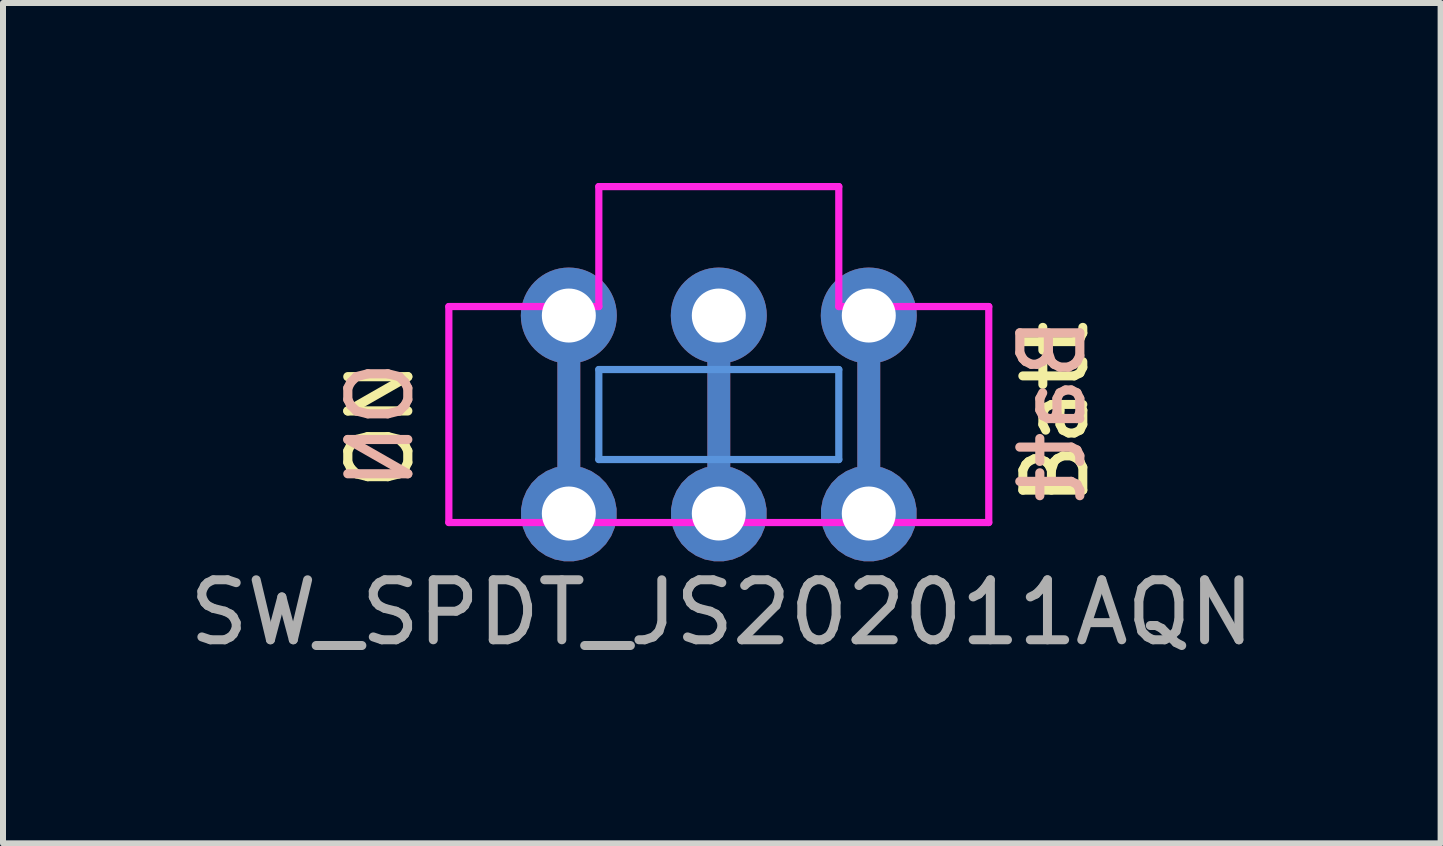
<source format=kicad_pcb>
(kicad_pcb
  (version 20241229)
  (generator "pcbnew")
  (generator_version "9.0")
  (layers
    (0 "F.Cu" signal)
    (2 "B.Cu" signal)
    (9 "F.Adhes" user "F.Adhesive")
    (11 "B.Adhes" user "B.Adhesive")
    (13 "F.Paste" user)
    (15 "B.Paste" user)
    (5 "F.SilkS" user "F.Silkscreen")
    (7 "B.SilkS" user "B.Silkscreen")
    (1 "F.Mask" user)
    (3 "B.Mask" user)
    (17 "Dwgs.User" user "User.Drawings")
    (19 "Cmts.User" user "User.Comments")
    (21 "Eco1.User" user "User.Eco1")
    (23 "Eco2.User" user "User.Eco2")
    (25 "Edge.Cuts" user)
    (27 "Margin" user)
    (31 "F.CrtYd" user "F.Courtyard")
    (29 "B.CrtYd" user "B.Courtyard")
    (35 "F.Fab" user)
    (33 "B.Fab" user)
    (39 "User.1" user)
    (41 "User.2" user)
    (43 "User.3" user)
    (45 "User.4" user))
  (footprint "SW_SPDT_JS202011AQN"
    (layer "F.Cu")
    (at 8.932 3.86)
    (property "Reference" "SW_SPDT_JS202011AQN" (at 0.05 3.3 0) (layer "F.Fab") (effects (font (size 1 1) (thickness 0.15))))
    (attr through_hole)
    (fp_line (start -2 -0.75) (end -2 0.75) (stroke (width 0.12) (type solid)) (layer "Cmts.User"))
    (fp_line (start -2 0.75) (end 2 0.75) (stroke (width 0.12) (type solid)) (layer "Cmts.User"))
    (fp_line (start 2 -0.75) (end -2 -0.75) (stroke (width 0.12) (type solid)) (layer "Cmts.User"))
    (fp_line (start 2 0.75) (end 2 -0.75) (stroke (width 0.12) (type solid)) (layer "Cmts.User"))
    (fp_line (start -4.5 -1.8) (end -2 -1.8) (stroke (width 0.12) (type solid)) (layer "F.CrtYd"))
    (fp_line (start -4.5 1.8) (end -4.5 -1.8) (stroke (width 0.12) (type solid)) (layer "F.CrtYd"))
    (fp_line (start -2 -3.8) (end 2 -3.8) (stroke (width 0.12) (type solid)) (layer "F.CrtYd"))
    (fp_line (start -2 -1.8) (end -2 -3.8) (stroke (width 0.12) (type solid)) (layer "F.CrtYd"))
    (fp_line (start 2 -3.8) (end 2 -1.8) (stroke (width 0.12) (type solid)) (layer "F.CrtYd"))
    (fp_line (start 2 -1.8) (end 4.5 -1.8) (stroke (width 0.12) (type solid)) (layer "F.CrtYd"))
    (fp_line (start 4.5 -1.8) (end 4.5 1.8) (stroke (width 0.12) (type solid)) (layer "F.CrtYd"))
    (fp_line (start 4.5 1.8) (end -4.5 1.8) (stroke (width 0.12) (type solid)) (layer "F.CrtYd"))
    (fp_text user "Batt" (at 5.613 -0.025 270) (layer "F.SilkS") (effects (font (size 1 1) (thickness 0.15))))
    (fp_text user "ON" (at -5.639 0.178 270) (layer "F.SilkS") (effects (font (size 1 1) (thickness 0.153))))
    (fp_text user "Batt" (at 5.563 -0.076 90) (layer "B.SilkS") (effects (font (size 1 1) (thickness 0.153)) (justify mirror)))
    (fp_text user "ON" (at -5.639 0.178 90) (layer "B.SilkS") (effects (font (size 1 1) (thickness 0.153)) (justify mirror)))
    (pad "1" thru_hole circle (at -2.5 -1.65) (size 1.6 1.6) (drill 0.9) (layers "*.Cu" "*.Mask"))
    (pad "1" thru_hole custom (at -2.5 1.65) (size 1.6 1.6) (drill 0.9) (layers "*.Cu" "*.Mask") (options (anchor circle)) (primitives (gr_line (start 0 0) (end 0 -3.3) (width 0.381))))
    (pad "2" thru_hole circle (at 0 -1.65) (size 1.6 1.6) (drill 0.9) (layers "*.Cu" "*.Mask"))
    (pad "2" thru_hole custom (at 0 1.65) (size 1.6 1.6) (drill 0.9) (layers "*.Cu" "*.Mask") (options (anchor circle)) (primitives (gr_line (start 0 0) (end 0 -3.3) (width 0.381))))
    (pad "3" thru_hole circle (at 2.5 -1.65) (size 1.6 1.6) (drill 0.9) (layers "*.Cu" "*.Mask"))
    (pad "3" thru_hole custom (at 2.5 1.65) (size 1.6 1.6) (drill 0.9) (layers "*.Cu" "*.Mask") (options (anchor circle)) (primitives (gr_line (start 0 0) (end 0 -3.3) (width 0.381)))))
  (gr_rect
    (start -3 -3)
    (end 20.964 11.008)
    (stroke (width 0.1) (type default))
    (fill no)
    (layer "Edge.Cuts")))
</source>
